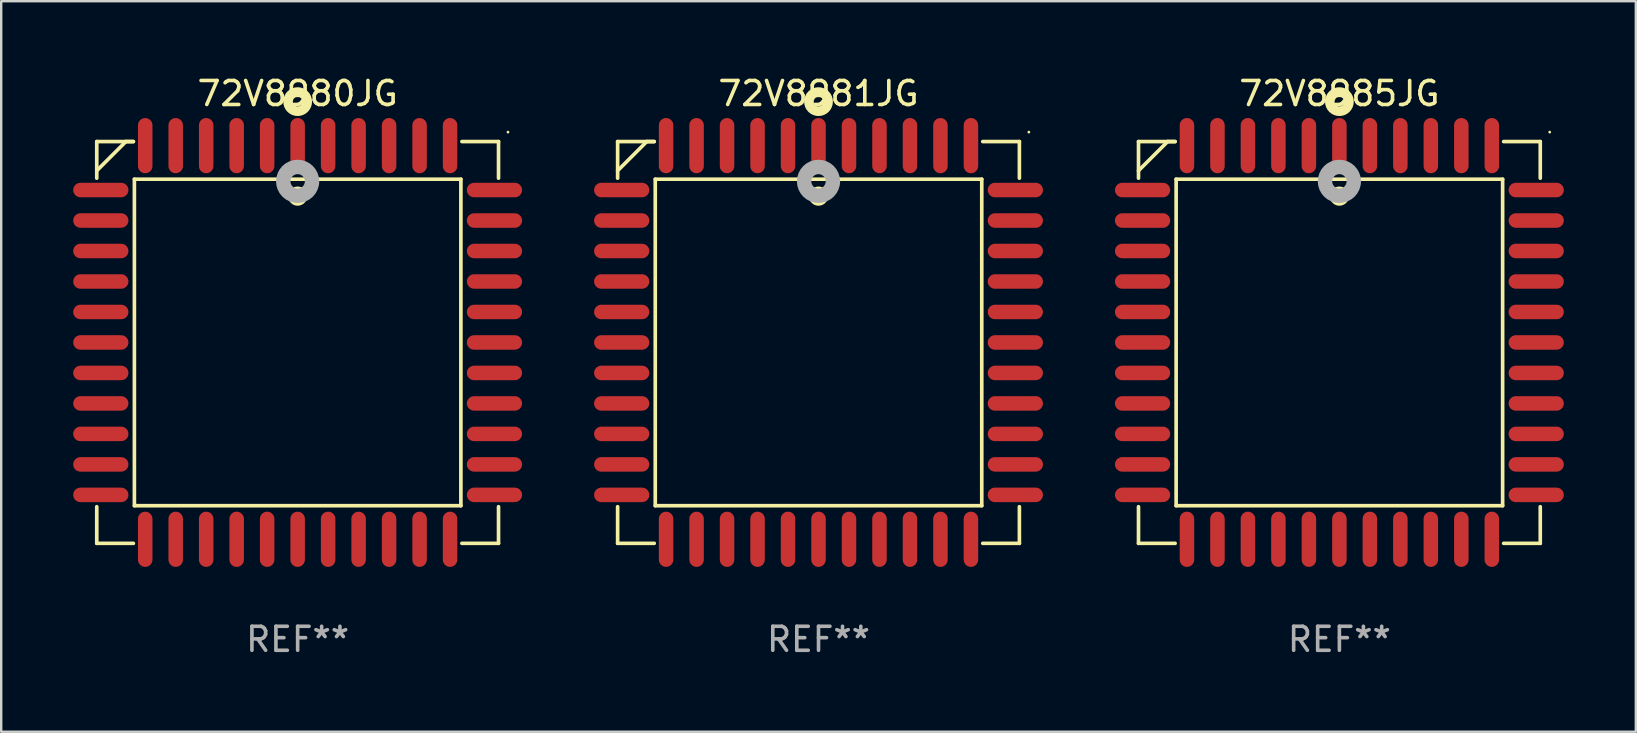
<source format=kicad_pcb>
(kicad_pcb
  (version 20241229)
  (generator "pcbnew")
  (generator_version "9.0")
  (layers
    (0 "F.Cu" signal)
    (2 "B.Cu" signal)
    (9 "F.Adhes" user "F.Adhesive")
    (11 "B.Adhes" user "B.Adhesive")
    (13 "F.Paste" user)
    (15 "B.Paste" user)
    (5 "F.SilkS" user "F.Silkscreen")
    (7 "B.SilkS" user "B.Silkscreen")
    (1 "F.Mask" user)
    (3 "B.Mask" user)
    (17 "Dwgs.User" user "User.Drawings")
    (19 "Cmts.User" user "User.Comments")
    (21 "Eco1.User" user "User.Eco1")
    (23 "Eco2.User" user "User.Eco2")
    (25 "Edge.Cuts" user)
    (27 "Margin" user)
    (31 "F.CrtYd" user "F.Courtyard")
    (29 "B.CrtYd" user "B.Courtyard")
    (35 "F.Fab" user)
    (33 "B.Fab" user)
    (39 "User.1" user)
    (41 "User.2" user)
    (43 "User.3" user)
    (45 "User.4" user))
  (footprint "72V8985JG"
    (layer "F.Cu")
    (at 52.75 11.217)
    (property "Reference" "72V8985JG" (at 0 -10.369 0) (layer "F.SilkS") (effects (font (size 1 1) (thickness 0.15))))
    (attr through_hole)
    (fp_line (start -8.369 -8.369) (end -8.369 -6.843) (stroke (width 0.152) (type solid)) (layer "F.SilkS"))
    (fp_line (start -8.369 8.369) (end -8.369 6.843) (stroke (width 0.152) (type solid)) (layer "F.SilkS"))
    (fp_line (start -7.156 -8.369) (end -8.369 -7.156) (stroke (width 0.152) (type solid)) (layer "F.SilkS"))
    (fp_line (start -6.843 -8.369) (end -8.369 -8.369) (stroke (width 0.152) (type solid)) (layer "F.SilkS"))
    (fp_line (start -6.843 -8.369) (end -7.156 -8.369) (stroke (width 0.152) (type solid)) (layer "F.SilkS"))
    (fp_line (start -6.843 8.369) (end -8.369 8.369) (stroke (width 0.152) (type solid)) (layer "F.SilkS"))
    (fp_line (start -6.801 -6.801) (end 6.801 -6.801) (stroke (width 0.152) (type solid)) (layer "F.SilkS"))
    (fp_line (start -6.801 6.801) (end -6.801 -6.801) (stroke (width 0.152) (type solid)) (layer "F.SilkS"))
    (fp_line (start 6.801 -6.801) (end 6.801 6.801) (stroke (width 0.152) (type solid)) (layer "F.SilkS"))
    (fp_line (start 6.801 6.801) (end -6.801 6.801) (stroke (width 0.152) (type solid)) (layer "F.SilkS"))
    (fp_line (start 6.843 -8.369) (end 8.369 -8.369) (stroke (width 0.152) (type solid)) (layer "F.SilkS"))
    (fp_line (start 6.843 8.369) (end 8.369 8.369) (stroke (width 0.152) (type solid)) (layer "F.SilkS"))
    (fp_line (start 8.369 -8.369) (end 8.369 -6.843) (stroke (width 0.152) (type solid)) (layer "F.SilkS"))
    (fp_line (start 8.369 8.369) (end 8.369 6.843) (stroke (width 0.152) (type solid)) (layer "F.SilkS"))
    (fp_circle (center -0.000013 -6.096) (end 0.2 -6.096) (stroke (width 0.4) (type solid)) (fill no) (layer "F.SilkS"))
    (fp_circle (center 0.000114 -10.033) (end 0.2 -10.033) (stroke (width 0.4) (type solid)) (fill no) (layer "F.SilkS"))
    (fp_circle (center 8.763 -8.763) (end 8.793 -8.763) (stroke (width 0.06) (type solid)) (fill no) (layer "F.SilkS"))
    (fp_circle (center 0.000114 -6.712) (end 0.3 -6.712) (stroke (width 0.6) (type solid)) (fill no) (layer "F.Fab"))
    (fp_text user "REF**" (at 0 12.369 0) (layer "F.Fab") (effects (font (size 1 1) (thickness 0.15))))
    (pad "1" smd oval (at 0.000114 -8.2) (size 0.604 2.3) (layers "F.Cu" "F.Mask" "F.Paste"))
    (pad "2" smd oval (at -1.27 -8.2) (size 0.604 2.3) (layers "F.Cu" "F.Mask" "F.Paste"))
    (pad "3" smd oval (at -2.54 -8.2) (size 0.604 2.3) (layers "F.Cu" "F.Mask" "F.Paste"))
    (pad "4" smd oval (at -3.81 -8.2) (size 0.604 2.3) (layers "F.Cu" "F.Mask" "F.Paste"))
    (pad "5" smd oval (at -5.08 -8.2) (size 0.604 2.3) (layers "F.Cu" "F.Mask" "F.Paste"))
    (pad "6" smd oval (at -6.35 -8.2) (size 0.604 2.3) (layers "F.Cu" "F.Mask" "F.Paste"))
    (pad "7" smd oval (at -8.2 -6.35) (size 2.3 0.604) (layers "F.Cu" "F.Mask" "F.Paste"))
    (pad "8" smd oval (at -8.2 -5.08) (size 2.3 0.604) (layers "F.Cu" "F.Mask" "F.Paste"))
    (pad "9" smd oval (at -8.2 -3.81) (size 2.3 0.604) (layers "F.Cu" "F.Mask" "F.Paste"))
    (pad "10" smd oval (at -8.2 -2.54) (size 2.3 0.604) (layers "F.Cu" "F.Mask" "F.Paste"))
    (pad "11" smd oval (at -8.2 -1.27) (size 2.3 0.604) (layers "F.Cu" "F.Mask" "F.Paste"))
    (pad "12" smd oval (at -8.2 0.000127) (size 2.3 0.604) (layers "F.Cu" "F.Mask" "F.Paste"))
    (pad "13" smd oval (at -8.2 1.27) (size 2.3 0.604) (layers "F.Cu" "F.Mask" "F.Paste"))
    (pad "14" smd oval (at -8.2 2.54) (size 2.3 0.604) (layers "F.Cu" "F.Mask" "F.Paste"))
    (pad "15" smd oval (at -8.2 3.81) (size 2.3 0.604) (layers "F.Cu" "F.Mask" "F.Paste"))
    (pad "16" smd oval (at -8.2 5.08) (size 2.3 0.604) (layers "F.Cu" "F.Mask" "F.Paste"))
    (pad "17" smd oval (at -8.2 6.35) (size 2.3 0.604) (layers "F.Cu" "F.Mask" "F.Paste"))
    (pad "18" smd oval (at -6.35 8.2) (size 0.604 2.3) (layers "F.Cu" "F.Mask" "F.Paste"))
    (pad "19" smd oval (at -5.08 8.2) (size 0.604 2.3) (layers "F.Cu" "F.Mask" "F.Paste"))
    (pad "20" smd oval (at -3.81 8.2) (size 0.604 2.3) (layers "F.Cu" "F.Mask" "F.Paste"))
    (pad "21" smd oval (at -2.54 8.2) (size 0.604 2.3) (layers "F.Cu" "F.Mask" "F.Paste"))
    (pad "22" smd oval (at -1.27 8.2) (size 0.604 2.3) (layers "F.Cu" "F.Mask" "F.Paste"))
    (pad "23" smd oval (at 0.000114 8.2) (size 0.604 2.3) (layers "F.Cu" "F.Mask" "F.Paste"))
    (pad "24" smd oval (at 1.27 8.2) (size 0.604 2.3) (layers "F.Cu" "F.Mask" "F.Paste"))
    (pad "25" smd oval (at 2.54 8.2) (size 0.604 2.3) (layers "F.Cu" "F.Mask" "F.Paste"))
    (pad "26" smd oval (at 3.81 8.2) (size 0.604 2.3) (layers "F.Cu" "F.Mask" "F.Paste"))
    (pad "27" smd oval (at 5.08 8.2) (size 0.604 2.3) (layers "F.Cu" "F.Mask" "F.Paste"))
    (pad "28" smd oval (at 6.35 8.2) (size 0.604 2.3) (layers "F.Cu" "F.Mask" "F.Paste"))
    (pad "29" smd oval (at 8.2 6.35) (size 2.3 0.604) (layers "F.Cu" "F.Mask" "F.Paste"))
    (pad "30" smd oval (at 8.2 5.08) (size 2.3 0.604) (layers "F.Cu" "F.Mask" "F.Paste"))
    (pad "31" smd oval (at 8.2 3.81) (size 2.3 0.604) (layers "F.Cu" "F.Mask" "F.Paste"))
    (pad "32" smd oval (at 8.2 2.54) (size 2.3 0.604) (layers "F.Cu" "F.Mask" "F.Paste"))
    (pad "33" smd oval (at 8.2 1.27) (size 2.3 0.604) (layers "F.Cu" "F.Mask" "F.Paste"))
    (pad "34" smd oval (at 8.2 0.000127) (size 2.3 0.604) (layers "F.Cu" "F.Mask" "F.Paste"))
    (pad "35" smd oval (at 8.2 -1.27) (size 2.3 0.604) (layers "F.Cu" "F.Mask" "F.Paste"))
    (pad "36" smd oval (at 8.2 -2.54) (size 2.3 0.604) (layers "F.Cu" "F.Mask" "F.Paste"))
    (pad "37" smd oval (at 8.2 -3.81) (size 2.3 0.604) (layers "F.Cu" "F.Mask" "F.Paste"))
    (pad "38" smd oval (at 8.2 -5.08) (size 2.3 0.604) (layers "F.Cu" "F.Mask" "F.Paste"))
    (pad "39" smd oval (at 8.2 -6.35) (size 2.3 0.604) (layers "F.Cu" "F.Mask" "F.Paste"))
    (pad "40" smd oval (at 6.35 -8.2) (size 0.604 2.3) (layers "F.Cu" "F.Mask" "F.Paste"))
    (pad "41" smd oval (at 5.08 -8.2) (size 0.604 2.3) (layers "F.Cu" "F.Mask" "F.Paste"))
    (pad "42" smd oval (at 3.81 -8.2) (size 0.604 2.3) (layers "F.Cu" "F.Mask" "F.Paste"))
    (pad "43" smd oval (at 2.54 -8.2) (size 0.604 2.3) (layers "F.Cu" "F.Mask" "F.Paste"))
    (pad "44" smd oval (at 1.27 -8.2) (size 0.604 2.3) (layers "F.Cu" "F.Mask" "F.Paste")))
  (footprint "72V8981JG"
    (layer "F.Cu")
    (at 31.05 11.217)
    (property "Reference" "72V8981JG" (at 0 -10.369 0) (layer "F.SilkS") (effects (font (size 1 1) (thickness 0.15))))
    (attr through_hole)
    (fp_line (start -8.369 -8.369) (end -8.369 -6.843) (stroke (width 0.152) (type solid)) (layer "F.SilkS"))
    (fp_line (start -8.369 8.369) (end -8.369 6.843) (stroke (width 0.152) (type solid)) (layer "F.SilkS"))
    (fp_line (start -7.156 -8.369) (end -8.369 -7.156) (stroke (width 0.152) (type solid)) (layer "F.SilkS"))
    (fp_line (start -6.843 -8.369) (end -8.369 -8.369) (stroke (width 0.152) (type solid)) (layer "F.SilkS"))
    (fp_line (start -6.843 -8.369) (end -7.156 -8.369) (stroke (width 0.152) (type solid)) (layer "F.SilkS"))
    (fp_line (start -6.843 8.369) (end -8.369 8.369) (stroke (width 0.152) (type solid)) (layer "F.SilkS"))
    (fp_line (start -6.801 -6.801) (end 6.801 -6.801) (stroke (width 0.152) (type solid)) (layer "F.SilkS"))
    (fp_line (start -6.801 6.801) (end -6.801 -6.801) (stroke (width 0.152) (type solid)) (layer "F.SilkS"))
    (fp_line (start 6.801 -6.801) (end 6.801 6.801) (stroke (width 0.152) (type solid)) (layer "F.SilkS"))
    (fp_line (start 6.801 6.801) (end -6.801 6.801) (stroke (width 0.152) (type solid)) (layer "F.SilkS"))
    (fp_line (start 6.843 -8.369) (end 8.369 -8.369) (stroke (width 0.152) (type solid)) (layer "F.SilkS"))
    (fp_line (start 6.843 8.369) (end 8.369 8.369) (stroke (width 0.152) (type solid)) (layer "F.SilkS"))
    (fp_line (start 8.369 -8.369) (end 8.369 -6.843) (stroke (width 0.152) (type solid)) (layer "F.SilkS"))
    (fp_line (start 8.369 8.369) (end 8.369 6.843) (stroke (width 0.152) (type solid)) (layer "F.SilkS"))
    (fp_circle (center -0.000013 -6.096) (end 0.2 -6.096) (stroke (width 0.4) (type solid)) (fill no) (layer "F.SilkS"))
    (fp_circle (center 0.000114 -10.033) (end 0.2 -10.033) (stroke (width 0.4) (type solid)) (fill no) (layer "F.SilkS"))
    (fp_circle (center 8.763 -8.763) (end 8.793 -8.763) (stroke (width 0.06) (type solid)) (fill no) (layer "F.SilkS"))
    (fp_circle (center 0.000114 -6.712) (end 0.3 -6.712) (stroke (width 0.6) (type solid)) (fill no) (layer "F.Fab"))
    (fp_text user "REF**" (at 0 12.369 0) (layer "F.Fab") (effects (font (size 1 1) (thickness 0.15))))
    (pad "1" smd oval (at 0.000114 -8.2) (size 0.604 2.3) (layers "F.Cu" "F.Mask" "F.Paste"))
    (pad "2" smd oval (at -1.27 -8.2) (size 0.604 2.3) (layers "F.Cu" "F.Mask" "F.Paste"))
    (pad "3" smd oval (at -2.54 -8.2) (size 0.604 2.3) (layers "F.Cu" "F.Mask" "F.Paste"))
    (pad "4" smd oval (at -3.81 -8.2) (size 0.604 2.3) (layers "F.Cu" "F.Mask" "F.Paste"))
    (pad "5" smd oval (at -5.08 -8.2) (size 0.604 2.3) (layers "F.Cu" "F.Mask" "F.Paste"))
    (pad "6" smd oval (at -6.35 -8.2) (size 0.604 2.3) (layers "F.Cu" "F.Mask" "F.Paste"))
    (pad "7" smd oval (at -8.2 -6.35) (size 2.3 0.604) (layers "F.Cu" "F.Mask" "F.Paste"))
    (pad "8" smd oval (at -8.2 -5.08) (size 2.3 0.604) (layers "F.Cu" "F.Mask" "F.Paste"))
    (pad "9" smd oval (at -8.2 -3.81) (size 2.3 0.604) (layers "F.Cu" "F.Mask" "F.Paste"))
    (pad "10" smd oval (at -8.2 -2.54) (size 2.3 0.604) (layers "F.Cu" "F.Mask" "F.Paste"))
    (pad "11" smd oval (at -8.2 -1.27) (size 2.3 0.604) (layers "F.Cu" "F.Mask" "F.Paste"))
    (pad "12" smd oval (at -8.2 0.000127) (size 2.3 0.604) (layers "F.Cu" "F.Mask" "F.Paste"))
    (pad "13" smd oval (at -8.2 1.27) (size 2.3 0.604) (layers "F.Cu" "F.Mask" "F.Paste"))
    (pad "14" smd oval (at -8.2 2.54) (size 2.3 0.604) (layers "F.Cu" "F.Mask" "F.Paste"))
    (pad "15" smd oval (at -8.2 3.81) (size 2.3 0.604) (layers "F.Cu" "F.Mask" "F.Paste"))
    (pad "16" smd oval (at -8.2 5.08) (size 2.3 0.604) (layers "F.Cu" "F.Mask" "F.Paste"))
    (pad "17" smd oval (at -8.2 6.35) (size 2.3 0.604) (layers "F.Cu" "F.Mask" "F.Paste"))
    (pad "18" smd oval (at -6.35 8.2) (size 0.604 2.3) (layers "F.Cu" "F.Mask" "F.Paste"))
    (pad "19" smd oval (at -5.08 8.2) (size 0.604 2.3) (layers "F.Cu" "F.Mask" "F.Paste"))
    (pad "20" smd oval (at -3.81 8.2) (size 0.604 2.3) (layers "F.Cu" "F.Mask" "F.Paste"))
    (pad "21" smd oval (at -2.54 8.2) (size 0.604 2.3) (layers "F.Cu" "F.Mask" "F.Paste"))
    (pad "22" smd oval (at -1.27 8.2) (size 0.604 2.3) (layers "F.Cu" "F.Mask" "F.Paste"))
    (pad "23" smd oval (at 0.000114 8.2) (size 0.604 2.3) (layers "F.Cu" "F.Mask" "F.Paste"))
    (pad "24" smd oval (at 1.27 8.2) (size 0.604 2.3) (layers "F.Cu" "F.Mask" "F.Paste"))
    (pad "25" smd oval (at 2.54 8.2) (size 0.604 2.3) (layers "F.Cu" "F.Mask" "F.Paste"))
    (pad "26" smd oval (at 3.81 8.2) (size 0.604 2.3) (layers "F.Cu" "F.Mask" "F.Paste"))
    (pad "27" smd oval (at 5.08 8.2) (size 0.604 2.3) (layers "F.Cu" "F.Mask" "F.Paste"))
    (pad "28" smd oval (at 6.35 8.2) (size 0.604 2.3) (layers "F.Cu" "F.Mask" "F.Paste"))
    (pad "29" smd oval (at 8.2 6.35) (size 2.3 0.604) (layers "F.Cu" "F.Mask" "F.Paste"))
    (pad "30" smd oval (at 8.2 5.08) (size 2.3 0.604) (layers "F.Cu" "F.Mask" "F.Paste"))
    (pad "31" smd oval (at 8.2 3.81) (size 2.3 0.604) (layers "F.Cu" "F.Mask" "F.Paste"))
    (pad "32" smd oval (at 8.2 2.54) (size 2.3 0.604) (layers "F.Cu" "F.Mask" "F.Paste"))
    (pad "33" smd oval (at 8.2 1.27) (size 2.3 0.604) (layers "F.Cu" "F.Mask" "F.Paste"))
    (pad "34" smd oval (at 8.2 0.000127) (size 2.3 0.604) (layers "F.Cu" "F.Mask" "F.Paste"))
    (pad "35" smd oval (at 8.2 -1.27) (size 2.3 0.604) (layers "F.Cu" "F.Mask" "F.Paste"))
    (pad "36" smd oval (at 8.2 -2.54) (size 2.3 0.604) (layers "F.Cu" "F.Mask" "F.Paste"))
    (pad "37" smd oval (at 8.2 -3.81) (size 2.3 0.604) (layers "F.Cu" "F.Mask" "F.Paste"))
    (pad "38" smd oval (at 8.2 -5.08) (size 2.3 0.604) (layers "F.Cu" "F.Mask" "F.Paste"))
    (pad "39" smd oval (at 8.2 -6.35) (size 2.3 0.604) (layers "F.Cu" "F.Mask" "F.Paste"))
    (pad "40" smd oval (at 6.35 -8.2) (size 0.604 2.3) (layers "F.Cu" "F.Mask" "F.Paste"))
    (pad "41" smd oval (at 5.08 -8.2) (size 0.604 2.3) (layers "F.Cu" "F.Mask" "F.Paste"))
    (pad "42" smd oval (at 3.81 -8.2) (size 0.604 2.3) (layers "F.Cu" "F.Mask" "F.Paste"))
    (pad "43" smd oval (at 2.54 -8.2) (size 0.604 2.3) (layers "F.Cu" "F.Mask" "F.Paste"))
    (pad "44" smd oval (at 1.27 -8.2) (size 0.604 2.3) (layers "F.Cu" "F.Mask" "F.Paste")))
  (footprint "72V8980JG"
    (layer "F.Cu")
    (at 9.35 11.217)
    (property "Reference" "72V8980JG" (at 0 -10.369 0) (layer "F.SilkS") (effects (font (size 1 1) (thickness 0.15))))
    (attr through_hole)
    (fp_line (start -8.369 -8.369) (end -8.369 -6.843) (stroke (width 0.152) (type solid)) (layer "F.SilkS"))
    (fp_line (start -8.369 8.369) (end -8.369 6.843) (stroke (width 0.152) (type solid)) (layer "F.SilkS"))
    (fp_line (start -7.156 -8.369) (end -8.369 -7.156) (stroke (width 0.152) (type solid)) (layer "F.SilkS"))
    (fp_line (start -6.843 -8.369) (end -8.369 -8.369) (stroke (width 0.152) (type solid)) (layer "F.SilkS"))
    (fp_line (start -6.843 -8.369) (end -7.156 -8.369) (stroke (width 0.152) (type solid)) (layer "F.SilkS"))
    (fp_line (start -6.843 8.369) (end -8.369 8.369) (stroke (width 0.152) (type solid)) (layer "F.SilkS"))
    (fp_line (start -6.801 -6.801) (end 6.801 -6.801) (stroke (width 0.152) (type solid)) (layer "F.SilkS"))
    (fp_line (start -6.801 6.801) (end -6.801 -6.801) (stroke (width 0.152) (type solid)) (layer "F.SilkS"))
    (fp_line (start 6.801 -6.801) (end 6.801 6.801) (stroke (width 0.152) (type solid)) (layer "F.SilkS"))
    (fp_line (start 6.801 6.801) (end -6.801 6.801) (stroke (width 0.152) (type solid)) (layer "F.SilkS"))
    (fp_line (start 6.843 -8.369) (end 8.369 -8.369) (stroke (width 0.152) (type solid)) (layer "F.SilkS"))
    (fp_line (start 6.843 8.369) (end 8.369 8.369) (stroke (width 0.152) (type solid)) (layer "F.SilkS"))
    (fp_line (start 8.369 -8.369) (end 8.369 -6.843) (stroke (width 0.152) (type solid)) (layer "F.SilkS"))
    (fp_line (start 8.369 8.369) (end 8.369 6.843) (stroke (width 0.152) (type solid)) (layer "F.SilkS"))
    (fp_circle (center -0.000013 -6.096) (end 0.2 -6.096) (stroke (width 0.4) (type solid)) (fill no) (layer "F.SilkS"))
    (fp_circle (center 0.000114 -10.033) (end 0.2 -10.033) (stroke (width 0.4) (type solid)) (fill no) (layer "F.SilkS"))
    (fp_circle (center 8.763 -8.763) (end 8.793 -8.763) (stroke (width 0.06) (type solid)) (fill no) (layer "F.SilkS"))
    (fp_circle (center 0.000114 -6.712) (end 0.3 -6.712) (stroke (width 0.6) (type solid)) (fill no) (layer "F.Fab"))
    (fp_text user "REF**" (at 0 12.369 0) (layer "F.Fab") (effects (font (size 1 1) (thickness 0.15))))
    (pad "1" smd oval (at 0.000114 -8.2) (size 0.604 2.3) (layers "F.Cu" "F.Mask" "F.Paste"))
    (pad "2" smd oval (at -1.27 -8.2) (size 0.604 2.3) (layers "F.Cu" "F.Mask" "F.Paste"))
    (pad "3" smd oval (at -2.54 -8.2) (size 0.604 2.3) (layers "F.Cu" "F.Mask" "F.Paste"))
    (pad "4" smd oval (at -3.81 -8.2) (size 0.604 2.3) (layers "F.Cu" "F.Mask" "F.Paste"))
    (pad "5" smd oval (at -5.08 -8.2) (size 0.604 2.3) (layers "F.Cu" "F.Mask" "F.Paste"))
    (pad "6" smd oval (at -6.35 -8.2) (size 0.604 2.3) (layers "F.Cu" "F.Mask" "F.Paste"))
    (pad "7" smd oval (at -8.2 -6.35) (size 2.3 0.604) (layers "F.Cu" "F.Mask" "F.Paste"))
    (pad "8" smd oval (at -8.2 -5.08) (size 2.3 0.604) (layers "F.Cu" "F.Mask" "F.Paste"))
    (pad "9" smd oval (at -8.2 -3.81) (size 2.3 0.604) (layers "F.Cu" "F.Mask" "F.Paste"))
    (pad "10" smd oval (at -8.2 -2.54) (size 2.3 0.604) (layers "F.Cu" "F.Mask" "F.Paste"))
    (pad "11" smd oval (at -8.2 -1.27) (size 2.3 0.604) (layers "F.Cu" "F.Mask" "F.Paste"))
    (pad "12" smd oval (at -8.2 0.000127) (size 2.3 0.604) (layers "F.Cu" "F.Mask" "F.Paste"))
    (pad "13" smd oval (at -8.2 1.27) (size 2.3 0.604) (layers "F.Cu" "F.Mask" "F.Paste"))
    (pad "14" smd oval (at -8.2 2.54) (size 2.3 0.604) (layers "F.Cu" "F.Mask" "F.Paste"))
    (pad "15" smd oval (at -8.2 3.81) (size 2.3 0.604) (layers "F.Cu" "F.Mask" "F.Paste"))
    (pad "16" smd oval (at -8.2 5.08) (size 2.3 0.604) (layers "F.Cu" "F.Mask" "F.Paste"))
    (pad "17" smd oval (at -8.2 6.35) (size 2.3 0.604) (layers "F.Cu" "F.Mask" "F.Paste"))
    (pad "18" smd oval (at -6.35 8.2) (size 0.604 2.3) (layers "F.Cu" "F.Mask" "F.Paste"))
    (pad "19" smd oval (at -5.08 8.2) (size 0.604 2.3) (layers "F.Cu" "F.Mask" "F.Paste"))
    (pad "20" smd oval (at -3.81 8.2) (size 0.604 2.3) (layers "F.Cu" "F.Mask" "F.Paste"))
    (pad "21" smd oval (at -2.54 8.2) (size 0.604 2.3) (layers "F.Cu" "F.Mask" "F.Paste"))
    (pad "22" smd oval (at -1.27 8.2) (size 0.604 2.3) (layers "F.Cu" "F.Mask" "F.Paste"))
    (pad "23" smd oval (at 0.000114 8.2) (size 0.604 2.3) (layers "F.Cu" "F.Mask" "F.Paste"))
    (pad "24" smd oval (at 1.27 8.2) (size 0.604 2.3) (layers "F.Cu" "F.Mask" "F.Paste"))
    (pad "25" smd oval (at 2.54 8.2) (size 0.604 2.3) (layers "F.Cu" "F.Mask" "F.Paste"))
    (pad "26" smd oval (at 3.81 8.2) (size 0.604 2.3) (layers "F.Cu" "F.Mask" "F.Paste"))
    (pad "27" smd oval (at 5.08 8.2) (size 0.604 2.3) (layers "F.Cu" "F.Mask" "F.Paste"))
    (pad "28" smd oval (at 6.35 8.2) (size 0.604 2.3) (layers "F.Cu" "F.Mask" "F.Paste"))
    (pad "29" smd oval (at 8.2 6.35) (size 2.3 0.604) (layers "F.Cu" "F.Mask" "F.Paste"))
    (pad "30" smd oval (at 8.2 5.08) (size 2.3 0.604) (layers "F.Cu" "F.Mask" "F.Paste"))
    (pad "31" smd oval (at 8.2 3.81) (size 2.3 0.604) (layers "F.Cu" "F.Mask" "F.Paste"))
    (pad "32" smd oval (at 8.2 2.54) (size 2.3 0.604) (layers "F.Cu" "F.Mask" "F.Paste"))
    (pad "33" smd oval (at 8.2 1.27) (size 2.3 0.604) (layers "F.Cu" "F.Mask" "F.Paste"))
    (pad "34" smd oval (at 8.2 0.000127) (size 2.3 0.604) (layers "F.Cu" "F.Mask" "F.Paste"))
    (pad "35" smd oval (at 8.2 -1.27) (size 2.3 0.604) (layers "F.Cu" "F.Mask" "F.Paste"))
    (pad "36" smd oval (at 8.2 -2.54) (size 2.3 0.604) (layers "F.Cu" "F.Mask" "F.Paste"))
    (pad "37" smd oval (at 8.2 -3.81) (size 2.3 0.604) (layers "F.Cu" "F.Mask" "F.Paste"))
    (pad "38" smd oval (at 8.2 -5.08) (size 2.3 0.604) (layers "F.Cu" "F.Mask" "F.Paste"))
    (pad "39" smd oval (at 8.2 -6.35) (size 2.3 0.604) (layers "F.Cu" "F.Mask" "F.Paste"))
    (pad "40" smd oval (at 6.35 -8.2) (size 0.604 2.3) (layers "F.Cu" "F.Mask" "F.Paste"))
    (pad "41" smd oval (at 5.08 -8.2) (size 0.604 2.3) (layers "F.Cu" "F.Mask" "F.Paste"))
    (pad "42" smd oval (at 3.81 -8.2) (size 0.604 2.3) (layers "F.Cu" "F.Mask" "F.Paste"))
    (pad "43" smd oval (at 2.54 -8.2) (size 0.604 2.3) (layers "F.Cu" "F.Mask" "F.Paste"))
    (pad "44" smd oval (at 1.27 -8.2) (size 0.604 2.3) (layers "F.Cu" "F.Mask" "F.Paste")))
  (gr_rect
    (start -3 -3)
    (end 65.1 27.435)
    (stroke (width 0.1) (type default))
    (fill no)
    (layer "Edge.Cuts")))
</source>
